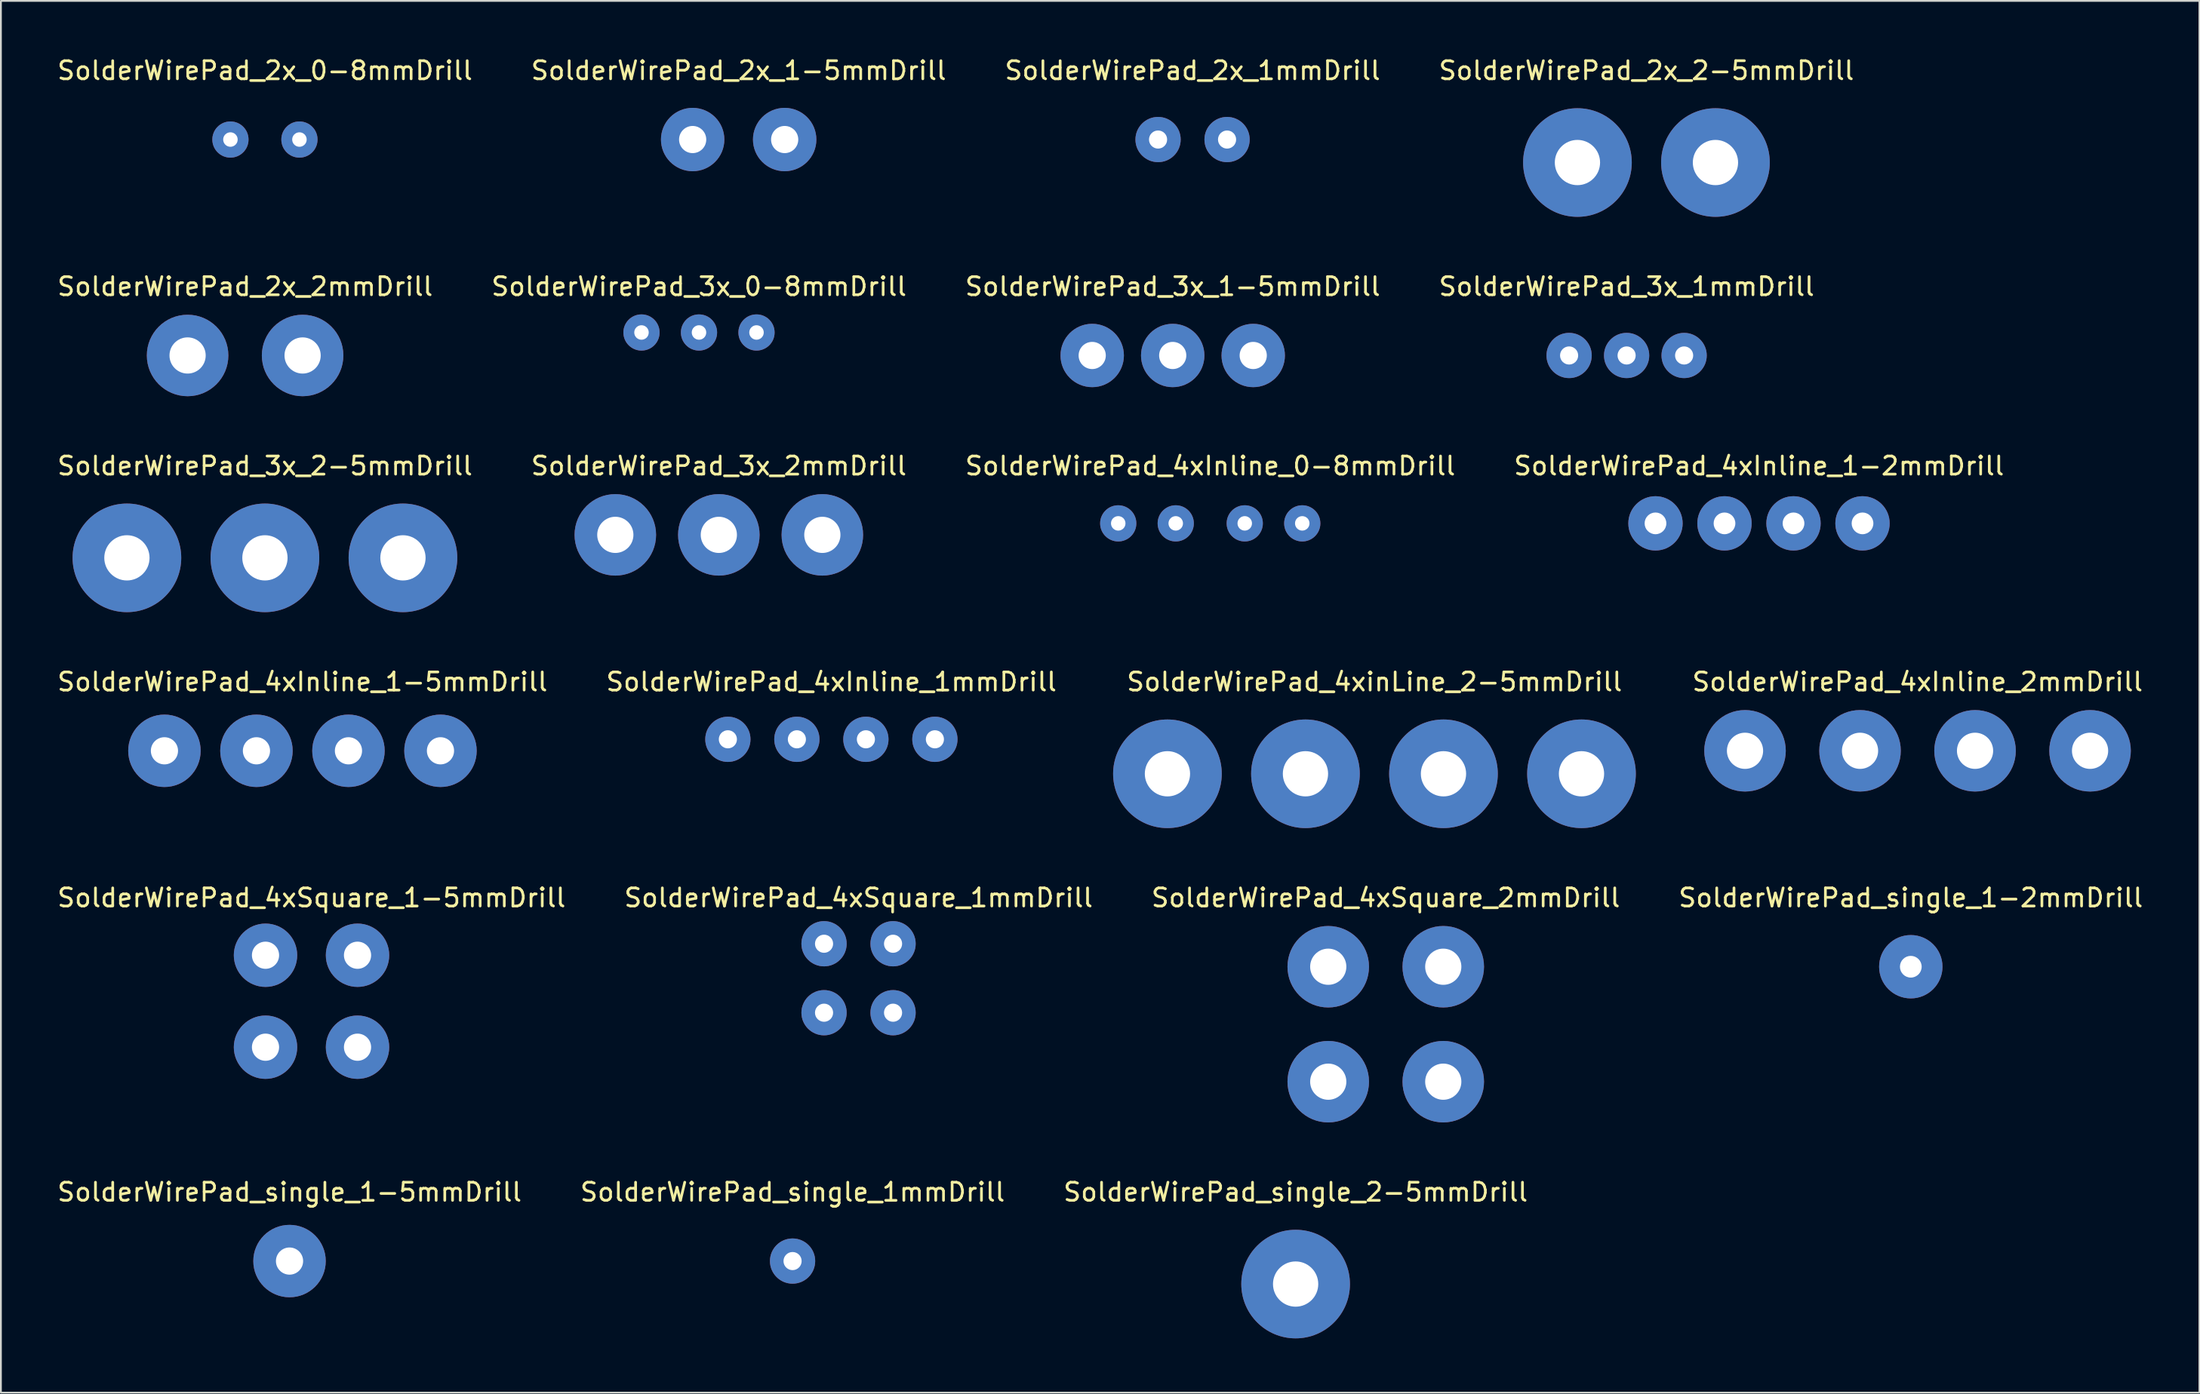
<source format=kicad_pcb>
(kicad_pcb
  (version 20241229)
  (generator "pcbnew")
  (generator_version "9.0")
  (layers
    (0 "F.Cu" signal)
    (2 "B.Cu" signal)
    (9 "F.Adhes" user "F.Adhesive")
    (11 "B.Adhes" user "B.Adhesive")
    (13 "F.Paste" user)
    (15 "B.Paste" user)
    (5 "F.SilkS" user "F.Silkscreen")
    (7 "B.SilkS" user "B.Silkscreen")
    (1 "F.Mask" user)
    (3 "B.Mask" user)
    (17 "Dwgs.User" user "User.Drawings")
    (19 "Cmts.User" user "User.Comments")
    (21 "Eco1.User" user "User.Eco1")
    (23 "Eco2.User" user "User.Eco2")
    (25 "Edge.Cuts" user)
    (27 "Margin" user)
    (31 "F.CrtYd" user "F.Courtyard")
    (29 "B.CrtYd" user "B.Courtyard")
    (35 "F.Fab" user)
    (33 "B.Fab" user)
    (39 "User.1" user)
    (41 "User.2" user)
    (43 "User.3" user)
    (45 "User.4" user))
  (footprint "SolderWirePad_3x_1-5mmDrill"
    (layer "F.Cu")
    (at 61.696 16.586)
    (property "Reference" "SolderWirePad_3x_1-5mmDrill" (at 0 -3.81 0) (layer "F.SilkS") (effects (font (size 1 1) (thickness 0.15))))
    (attr through_hole)
    (pad "1" thru_hole circle (at -4.445 0) (size 3.5 3.5) (drill 1.501) (layers "*.Cu" "*.Mask"))
    (pad "1" thru_hole circle (at 0 0) (size 3.5 3.5) (drill 1.501) (layers "*.Cu" "*.Mask"))
    (pad "1" thru_hole circle (at 4.445 0) (size 3.5 3.5) (drill 1.501) (layers "*.Cu" "*.Mask")))
  (footprint "SolderWirePad_4xInline_1mmDrill"
    (layer "F.Cu")
    (at 42.851 37.788)
    (property "Reference" "SolderWirePad_4xInline_1mmDrill" (at 0 -3.175 0) (layer "F.SilkS") (effects (font (size 1 1) (thickness 0.15))))
    (attr through_hole)
    (pad "1" thru_hole circle (at -5.715 0) (size 2.499 2.499) (drill 1.001) (layers "*.Cu" "*.Mask"))
    (pad "1" thru_hole circle (at -1.905 0) (size 2.499 2.499) (drill 1.001) (layers "*.Cu" "*.Mask"))
    (pad "1" thru_hole circle (at 1.905 0) (size 2.499 2.499) (drill 1.001) (layers "*.Cu" "*.Mask"))
    (pad "1" thru_hole circle (at 5.715 0) (size 2.499 2.499) (drill 1.001) (layers "*.Cu" "*.Mask")))
  (footprint "SolderWirePad_4xInline_1-5mmDrill"
    (layer "F.Cu")
    (at 13.649 38.423)
    (property "Reference" "SolderWirePad_4xInline_1-5mmDrill" (at 0 -3.81 0) (layer "F.SilkS") (effects (font (size 1 1) (thickness 0.15))))
    (attr through_hole)
    (pad "1" thru_hole circle (at -7.62 0) (size 4 4) (drill 1.501) (layers "*.Cu" "*.Mask"))
    (pad "1" thru_hole circle (at -2.54 0) (size 4 4) (drill 1.501) (layers "*.Cu" "*.Mask"))
    (pad "1" thru_hole circle (at 2.54 0) (size 4 4) (drill 1.501) (layers "*.Cu" "*.Mask"))
    (pad "1" thru_hole circle (at 7.62 0) (size 4 4) (drill 1.501) (layers "*.Cu" "*.Mask")))
  (footprint "SolderWirePad_2x_0-8mmDrill"
    (layer "F.Cu")
    (at 11.577 4.658)
    (property "Reference" "SolderWirePad_2x_0-8mmDrill" (at 0 -3.81 0) (layer "F.SilkS") (effects (font (size 1 1) (thickness 0.15))))
    (attr through_hole)
    (pad "1" thru_hole circle (at -1.905 0) (size 1.999 1.999) (drill 0.8) (layers "*.Cu" "*.Mask"))
    (pad "1" thru_hole circle (at 1.905 0) (size 1.999 1.999) (drill 0.8) (layers "*.Cu" "*.Mask")))
  (footprint "SolderWirePad_4xInline_1-2mmDrill"
    (layer "F.Cu")
    (at 94.065 25.86)
    (property "Reference" "SolderWirePad_4xInline_1-2mmDrill" (at 0 -3.175 0) (layer "F.SilkS") (effects (font (size 1 1) (thickness 0.15))))
    (attr through_hole)
    (pad "1" thru_hole circle (at -5.715 0) (size 3 3) (drill 1.199) (layers "*.Cu" "*.Mask"))
    (pad "1" thru_hole circle (at -1.905 0) (size 3 3) (drill 1.199) (layers "*.Cu" "*.Mask"))
    (pad "1" thru_hole circle (at 1.905 0) (size 3 3) (drill 1.199) (layers "*.Cu" "*.Mask"))
    (pad "1" thru_hole circle (at 5.715 0) (size 3 3) (drill 1.199) (layers "*.Cu" "*.Mask")))
  (footprint "SolderWirePad_4xInline_0-8mmDrill"
    (layer "F.Cu")
    (at 63.768 25.86)
    (property "Reference" "SolderWirePad_4xInline_0-8mmDrill" (at 0 -3.175 0) (layer "F.SilkS") (effects (font (size 1 1) (thickness 0.15))))
    (attr through_hole)
    (pad "1" thru_hole circle (at -5.08 0) (size 1.999 1.999) (drill 0.8) (layers "*.Cu" "*.Mask"))
    (pad "1" thru_hole circle (at -1.905 0) (size 1.999 1.999) (drill 0.8) (layers "*.Cu" "*.Mask"))
    (pad "1" thru_hole circle (at 1.905 0) (size 1.999 1.999) (drill 0.8) (layers "*.Cu" "*.Mask"))
    (pad "1" thru_hole circle (at 5.08 0) (size 1.999 1.999) (drill 0.8) (layers "*.Cu" "*.Mask")))
  (footprint "SolderWirePad_4xSquare_1mmDrill"
    (layer "F.Cu")
    (at 44.351 50.986)
    (property "Reference" "SolderWirePad_4xSquare_1mmDrill" (at 0 -4.445 0) (layer "F.SilkS") (effects (font (size 1 1) (thickness 0.15))))
    (attr through_hole)
    (pad "1" thru_hole circle (at -1.905 -1.905) (size 2.499 2.499) (drill 1.001) (layers "*.Cu" "*.Mask"))
    (pad "1" thru_hole circle (at -1.905 1.905) (size 2.499 2.499) (drill 1.001) (layers "*.Cu" "*.Mask"))
    (pad "1" thru_hole circle (at 1.905 -1.905) (size 2.499 2.499) (drill 1.001) (layers "*.Cu" "*.Mask"))
    (pad "1" thru_hole circle (at 1.905 1.905) (size 2.499 2.499) (drill 1.001) (layers "*.Cu" "*.Mask")))
  (footprint "SolderWirePad_2x_1-5mmDrill"
    (layer "F.Cu")
    (at 37.732 4.658)
    (property "Reference" "SolderWirePad_2x_1-5mmDrill" (at 0 -3.81 0) (layer "F.SilkS") (effects (font (size 1 1) (thickness 0.15))))
    (attr through_hole)
    (pad "1" thru_hole circle (at -2.54 0) (size 3.5 3.5) (drill 1.501) (layers "*.Cu" "*.Mask"))
    (pad "1" thru_hole circle (at 2.54 0) (size 3.5 3.5) (drill 1.501) (layers "*.Cu" "*.Mask")))
  (footprint "SolderWirePad_4xSquare_1-5mmDrill"
    (layer "F.Cu")
    (at 14.149 52.256)
    (property "Reference" "SolderWirePad_4xSquare_1-5mmDrill" (at 0 -5.715 0) (layer "F.SilkS") (effects (font (size 1 1) (thickness 0.15))))
    (attr through_hole)
    (pad "1" thru_hole circle (at -2.54 -2.54) (size 3.5 3.5) (drill 1.501) (layers "*.Cu" "*.Mask"))
    (pad "1" thru_hole circle (at -2.54 2.54) (size 3.5 3.5) (drill 1.501) (layers "*.Cu" "*.Mask"))
    (pad "1" thru_hole circle (at 2.54 -2.54) (size 3.5 3.5) (drill 1.501) (layers "*.Cu" "*.Mask"))
    (pad "1" thru_hole circle (at 2.54 2.54) (size 3.5 3.5) (drill 1.501) (layers "*.Cu" "*.Mask")))
  (footprint "SolderWirePad_2x_2-5mmDrill"
    (layer "F.Cu")
    (at 87.851 5.928)
    (property "Reference" "SolderWirePad_2x_2-5mmDrill" (at 0 -5.08 0) (layer "F.SilkS") (effects (font (size 1 1) (thickness 0.15))))
    (attr through_hole)
    (pad "1" thru_hole circle (at -3.81 0) (size 5.999 5.999) (drill 2.499) (layers "*.Cu" "*.Mask"))
    (pad "1" thru_hole circle (at 3.81 0) (size 5.999 5.999) (drill 2.499) (layers "*.Cu" "*.Mask")))
  (footprint "SolderWirePad_3x_0-8mmDrill"
    (layer "F.Cu")
    (at 35.542 15.316)
    (property "Reference" "SolderWirePad_3x_0-8mmDrill" (at 0 -2.54 0) (layer "F.SilkS") (effects (font (size 1 1) (thickness 0.15))))
    (attr through_hole)
    (pad "1" thru_hole circle (at -3.175 0) (size 1.999 1.999) (drill 0.8) (layers "*.Cu" "*.Mask"))
    (pad "1" thru_hole circle (at 0 0) (size 1.999 1.999) (drill 0.8) (layers "*.Cu" "*.Mask"))
    (pad "1" thru_hole circle (at 3.175 0) (size 1.999 1.999) (drill 0.8) (layers "*.Cu" "*.Mask")))
  (footprint "SolderWirePad_4xinLine_2-5mmDrill"
    (layer "F.Cu")
    (at 72.835 39.693)
    (property "Reference" "SolderWirePad_4xinLine_2-5mmDrill" (at 0 -5.08 0) (layer "F.SilkS") (effects (font (size 1 1) (thickness 0.15))))
    (attr through_hole)
    (pad "1" thru_hole circle (at -11.43 0) (size 5.999 5.999) (drill 2.499) (layers "*.Cu" "*.Mask"))
    (pad "1" thru_hole circle (at -3.81 0) (size 5.999 5.999) (drill 2.499) (layers "*.Cu" "*.Mask"))
    (pad "1" thru_hole circle (at 3.81 0) (size 5.999 5.999) (drill 2.499) (layers "*.Cu" "*.Mask"))
    (pad "1" thru_hole circle (at 11.43 0) (size 5.999 5.999) (drill 2.499) (layers "*.Cu" "*.Mask")))
  (footprint "SolderWirePad_4xSquare_2mmDrill"
    (layer "F.Cu")
    (at 73.458 53.526)
    (property "Reference" "SolderWirePad_4xSquare_2mmDrill" (at 0 -6.985 0) (layer "F.SilkS") (effects (font (size 1 1) (thickness 0.15))))
    (attr through_hole)
    (pad "1" thru_hole circle (at -3.175 -3.175) (size 4.501 4.501) (drill 1.999) (layers "*.Cu" "*.Mask"))
    (pad "1" thru_hole circle (at -3.175 3.175) (size 4.501 4.501) (drill 1.999) (layers "*.Cu" "*.Mask"))
    (pad "1" thru_hole circle (at 3.175 -3.175) (size 4.501 4.501) (drill 1.999) (layers "*.Cu" "*.Mask"))
    (pad "1" thru_hole circle (at 3.175 3.175) (size 4.501 4.501) (drill 1.999) (layers "*.Cu" "*.Mask")))
  (footprint "SolderWirePad_2x_1mmDrill"
    (layer "F.Cu")
    (at 62.792 4.658)
    (property "Reference" "SolderWirePad_2x_1mmDrill" (at 0 -3.81 0) (layer "F.SilkS") (effects (font (size 1 1) (thickness 0.15))))
    (attr through_hole)
    (pad "1" thru_hole circle (at -1.905 0) (size 2.499 2.499) (drill 1.001) (layers "*.Cu" "*.Mask"))
    (pad "1" thru_hole circle (at 1.905 0) (size 2.499 2.499) (drill 1.001) (layers "*.Cu" "*.Mask")))
  (footprint "SolderWirePad_3x_2mmDrill"
    (layer "F.Cu")
    (at 36.637 26.495)
    (property "Reference" "SolderWirePad_3x_2mmDrill" (at 0 -3.81 0) (layer "F.SilkS") (effects (font (size 1 1) (thickness 0.15))))
    (attr through_hole)
    (pad "1" thru_hole circle (at -5.715 0) (size 4.501 4.501) (drill 1.999) (layers "*.Cu" "*.Mask"))
    (pad "1" thru_hole circle (at 0 0) (size 4.501 4.501) (drill 1.999) (layers "*.Cu" "*.Mask"))
    (pad "1" thru_hole circle (at 5.715 0) (size 4.501 4.501) (drill 1.999) (layers "*.Cu" "*.Mask")))
  (footprint "SolderWirePad_3x_2-5mmDrill"
    (layer "F.Cu")
    (at 11.577 27.765)
    (property "Reference" "SolderWirePad_3x_2-5mmDrill" (at 0 -5.08 0) (layer "F.SilkS") (effects (font (size 1 1) (thickness 0.15))))
    (attr through_hole)
    (pad "1" thru_hole circle (at -7.62 0) (size 5.999 5.999) (drill 2.499) (layers "*.Cu" "*.Mask"))
    (pad "1" thru_hole circle (at 0 0) (size 5.999 5.999) (drill 2.499) (layers "*.Cu" "*.Mask"))
    (pad "1" thru_hole circle (at 7.62 0) (size 5.999 5.999) (drill 2.499) (layers "*.Cu" "*.Mask")))
  (footprint "SolderWirePad_4xInline_2mmDrill"
    (layer "F.Cu")
    (at 102.818 38.423)
    (property "Reference" "SolderWirePad_4xInline_2mmDrill" (at 0 -3.81 0) (layer "F.SilkS") (effects (font (size 1 1) (thickness 0.15))))
    (attr through_hole)
    (pad "1" thru_hole circle (at -9.525 0) (size 4.501 4.501) (drill 1.999) (layers "*.Cu" "*.Mask"))
    (pad "1" thru_hole circle (at -3.175 0) (size 4.501 4.501) (drill 1.999) (layers "*.Cu" "*.Mask"))
    (pad "1" thru_hole circle (at 3.175 0) (size 4.501 4.501) (drill 1.999) (layers "*.Cu" "*.Mask"))
    (pad "1" thru_hole circle (at 9.525 0) (size 4.501 4.501) (drill 1.999) (layers "*.Cu" "*.Mask")))
  (footprint "SolderWirePad_single_1-2mmDrill"
    (layer "F.Cu")
    (at 102.446 50.351)
    (property "Reference" "SolderWirePad_single_1-2mmDrill" (at 0 -3.81 0) (layer "F.SilkS") (effects (font (size 1 1) (thickness 0.15))))
    (attr through_hole)
    (pad "1" thru_hole circle (at 0 0) (size 3.5 3.5) (drill 1.199) (layers "*.Cu" "*.Mask")))
  (footprint "SolderWirePad_2x_2mmDrill"
    (layer "F.Cu")
    (at 10.482 16.586)
    (property "Reference" "SolderWirePad_2x_2mmDrill" (at 0 -3.81 0) (layer "F.SilkS") (effects (font (size 1 1) (thickness 0.15))))
    (attr through_hole)
    (pad "1" thru_hole circle (at -3.175 0) (size 4.501 4.501) (drill 1.999) (layers "*.Cu" "*.Mask"))
    (pad "1" thru_hole circle (at 3.175 0) (size 4.501 4.501) (drill 1.999) (layers "*.Cu" "*.Mask")))
  (footprint "SolderWirePad_single_2-5mmDrill"
    (layer "F.Cu")
    (at 68.482 67.88)
    (property "Reference" "SolderWirePad_single_2-5mmDrill" (at 0 -5.08 0) (layer "F.SilkS") (effects (font (size 1 1) (thickness 0.15))))
    (attr through_hole)
    (pad "1" thru_hole circle (at 0 0) (size 5.999 5.999) (drill 2.499) (layers "*.Cu" "*.Mask")))
  (footprint "SolderWirePad_single_1mmDrill"
    (layer "F.Cu")
    (at 40.708 66.61)
    (property "Reference" "SolderWirePad_single_1mmDrill" (at 0 -3.81 0) (layer "F.SilkS") (effects (font (size 1 1) (thickness 0.15))))
    (attr through_hole)
    (pad "1" thru_hole circle (at 0 0) (size 2.499 2.499) (drill 1.001) (layers "*.Cu" "*.Mask")))
  (footprint "SolderWirePad_single_1-5mmDrill"
    (layer "F.Cu")
    (at 12.935 66.61)
    (property "Reference" "SolderWirePad_single_1-5mmDrill" (at 0 -3.81 0) (layer "F.SilkS") (effects (font (size 1 1) (thickness 0.15))))
    (attr through_hole)
    (pad "1" thru_hole circle (at 0 0) (size 4 4) (drill 1.501) (layers "*.Cu" "*.Mask")))
  (footprint "SolderWirePad_3x_1mmDrill"
    (layer "F.Cu")
    (at 86.756 16.586)
    (property "Reference" "SolderWirePad_3x_1mmDrill" (at 0 -3.81 0) (layer "F.SilkS") (effects (font (size 1 1) (thickness 0.15))))
    (attr through_hole)
    (pad "1" thru_hole circle (at -3.175 0) (size 2.499 2.499) (drill 1.001) (layers "*.Cu" "*.Mask"))
    (pad "1" thru_hole circle (at 0 0) (size 2.499 2.499) (drill 1.001) (layers "*.Cu" "*.Mask"))
    (pad "1" thru_hole circle (at 3.175 0) (size 2.499 2.499) (drill 1.001) (layers "*.Cu" "*.Mask")))
  (gr_rect
    (start -3 -3)
    (end 118.381 73.879)
    (stroke (width 0.1) (type default))
    (fill no)
    (layer "Edge.Cuts")))
</source>
